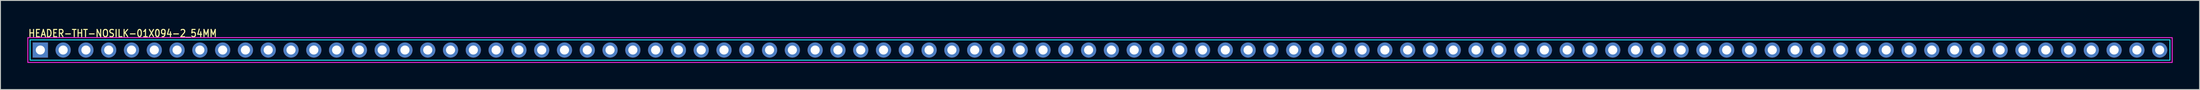
<source format=kicad_pcb>
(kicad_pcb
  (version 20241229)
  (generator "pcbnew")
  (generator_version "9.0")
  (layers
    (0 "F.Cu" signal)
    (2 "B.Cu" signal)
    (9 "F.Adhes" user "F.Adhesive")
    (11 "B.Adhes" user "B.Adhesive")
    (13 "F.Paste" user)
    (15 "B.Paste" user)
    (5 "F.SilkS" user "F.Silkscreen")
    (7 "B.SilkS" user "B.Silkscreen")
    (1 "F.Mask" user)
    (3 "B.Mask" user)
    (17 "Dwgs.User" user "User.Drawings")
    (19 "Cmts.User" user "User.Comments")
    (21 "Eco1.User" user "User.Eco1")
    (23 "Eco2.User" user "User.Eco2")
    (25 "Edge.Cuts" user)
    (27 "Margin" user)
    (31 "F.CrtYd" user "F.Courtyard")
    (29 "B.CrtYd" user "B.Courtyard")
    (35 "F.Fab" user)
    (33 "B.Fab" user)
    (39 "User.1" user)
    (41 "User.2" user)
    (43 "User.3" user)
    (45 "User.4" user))
  (footprint "HEADER-THT-NOSILK-01X094-2_54MM"
    (layer "F.Cu")
    (at 1.447 2.579)
    (property "Reference" "HEADER-THT-NOSILK-01X094-2_54MM" (at -1.4 -1.4 0) (unlocked yes) (layer "F.SilkS") (effects (font (size 0.813 0.695) (thickness 0.122)) (justify left bottom)))
    (fp_poly (pts (xy -1.143 -1.143) (xy 237.363 -1.143) (xy 237.363 1.143) (xy -1.143 1.143)) (stroke (width 0.1) (type solid)) (fill no) (layer "B.CrtYd"))
    (fp_poly (pts (xy -1.397 -1.397) (xy 237.617 -1.397) (xy 237.617 1.397) (xy -1.397 1.397)) (stroke (width 0.1) (type solid)) (fill no) (layer "F.CrtYd"))
    (pad "1" thru_hole rect (at 0 0) (size 1.693 1.693) (drill 1.016) (layers "*.Cu" "*.Mask"))
    (pad "2" thru_hole oval (at 2.54 0) (size 1.693 1.693) (drill 1.016) (layers "*.Cu" "*.Mask"))
    (pad "3" thru_hole oval (at 5.08 0) (size 1.693 1.693) (drill 1.016) (layers "*.Cu" "*.Mask"))
    (pad "4" thru_hole oval (at 7.62 0) (size 1.693 1.693) (drill 1.016) (layers "*.Cu" "*.Mask"))
    (pad "5" thru_hole oval (at 10.16 0) (size 1.693 1.693) (drill 1.016) (layers "*.Cu" "*.Mask"))
    (pad "6" thru_hole oval (at 12.7 0) (size 1.693 1.693) (drill 1.016) (layers "*.Cu" "*.Mask"))
    (pad "7" thru_hole oval (at 15.24 0) (size 1.693 1.693) (drill 1.016) (layers "*.Cu" "*.Mask"))
    (pad "8" thru_hole oval (at 17.78 0) (size 1.693 1.693) (drill 1.016) (layers "*.Cu" "*.Mask"))
    (pad "9" thru_hole oval (at 20.32 0) (size 1.693 1.693) (drill 1.016) (layers "*.Cu" "*.Mask"))
    (pad "10" thru_hole oval (at 22.86 0) (size 1.693 1.693) (drill 1.016) (layers "*.Cu" "*.Mask"))
    (pad "11" thru_hole oval (at 25.4 0) (size 1.693 1.693) (drill 1.016) (layers "*.Cu" "*.Mask"))
    (pad "12" thru_hole oval (at 27.94 0) (size 1.693 1.693) (drill 1.016) (layers "*.Cu" "*.Mask"))
    (pad "13" thru_hole oval (at 30.48 0) (size 1.693 1.693) (drill 1.016) (layers "*.Cu" "*.Mask"))
    (pad "14" thru_hole oval (at 33.02 0) (size 1.693 1.693) (drill 1.016) (layers "*.Cu" "*.Mask"))
    (pad "15" thru_hole oval (at 35.56 0) (size 1.693 1.693) (drill 1.016) (layers "*.Cu" "*.Mask"))
    (pad "16" thru_hole oval (at 38.1 0) (size 1.693 1.693) (drill 1.016) (layers "*.Cu" "*.Mask"))
    (pad "17" thru_hole oval (at 40.64 0) (size 1.693 1.693) (drill 1.016) (layers "*.Cu" "*.Mask"))
    (pad "18" thru_hole oval (at 43.18 0) (size 1.693 1.693) (drill 1.016) (layers "*.Cu" "*.Mask"))
    (pad "19" thru_hole oval (at 45.72 0) (size 1.693 1.693) (drill 1.016) (layers "*.Cu" "*.Mask"))
    (pad "20" thru_hole oval (at 48.26 0) (size 1.693 1.693) (drill 1.016) (layers "*.Cu" "*.Mask"))
    (pad "21" thru_hole oval (at 50.8 0) (size 1.693 1.693) (drill 1.016) (layers "*.Cu" "*.Mask"))
    (pad "22" thru_hole oval (at 53.34 0) (size 1.693 1.693) (drill 1.016) (layers "*.Cu" "*.Mask"))
    (pad "23" thru_hole oval (at 55.88 0) (size 1.693 1.693) (drill 1.016) (layers "*.Cu" "*.Mask"))
    (pad "24" thru_hole oval (at 58.42 0) (size 1.693 1.693) (drill 1.016) (layers "*.Cu" "*.Mask"))
    (pad "25" thru_hole oval (at 60.96 0) (size 1.693 1.693) (drill 1.016) (layers "*.Cu" "*.Mask"))
    (pad "26" thru_hole oval (at 63.5 0) (size 1.693 1.693) (drill 1.016) (layers "*.Cu" "*.Mask"))
    (pad "27" thru_hole oval (at 66.04 0) (size 1.693 1.693) (drill 1.016) (layers "*.Cu" "*.Mask"))
    (pad "28" thru_hole oval (at 68.58 0) (size 1.693 1.693) (drill 1.016) (layers "*.Cu" "*.Mask"))
    (pad "29" thru_hole oval (at 71.12 0) (size 1.693 1.693) (drill 1.016) (layers "*.Cu" "*.Mask"))
    (pad "30" thru_hole oval (at 73.66 0) (size 1.693 1.693) (drill 1.016) (layers "*.Cu" "*.Mask"))
    (pad "31" thru_hole oval (at 76.2 0) (size 1.693 1.693) (drill 1.016) (layers "*.Cu" "*.Mask"))
    (pad "32" thru_hole oval (at 78.74 0) (size 1.693 1.693) (drill 1.016) (layers "*.Cu" "*.Mask"))
    (pad "33" thru_hole oval (at 81.28 0) (size 1.693 1.693) (drill 1.016) (layers "*.Cu" "*.Mask"))
    (pad "34" thru_hole oval (at 83.82 0) (size 1.693 1.693) (drill 1.016) (layers "*.Cu" "*.Mask"))
    (pad "35" thru_hole oval (at 86.36 0) (size 1.693 1.693) (drill 1.016) (layers "*.Cu" "*.Mask"))
    (pad "36" thru_hole oval (at 88.9 0) (size 1.693 1.693) (drill 1.016) (layers "*.Cu" "*.Mask"))
    (pad "37" thru_hole oval (at 91.44 0) (size 1.693 1.693) (drill 1.016) (layers "*.Cu" "*.Mask"))
    (pad "38" thru_hole oval (at 93.98 0) (size 1.693 1.693) (drill 1.016) (layers "*.Cu" "*.Mask"))
    (pad "39" thru_hole oval (at 96.52 0) (size 1.693 1.693) (drill 1.016) (layers "*.Cu" "*.Mask"))
    (pad "40" thru_hole oval (at 99.06 0) (size 1.693 1.693) (drill 1.016) (layers "*.Cu" "*.Mask"))
    (pad "41" thru_hole oval (at 101.6 0) (size 1.693 1.693) (drill 1.016) (layers "*.Cu" "*.Mask"))
    (pad "42" thru_hole oval (at 104.14 0) (size 1.693 1.693) (drill 1.016) (layers "*.Cu" "*.Mask"))
    (pad "43" thru_hole oval (at 106.68 0) (size 1.693 1.693) (drill 1.016) (layers "*.Cu" "*.Mask"))
    (pad "44" thru_hole oval (at 109.22 0) (size 1.693 1.693) (drill 1.016) (layers "*.Cu" "*.Mask"))
    (pad "45" thru_hole oval (at 111.76 0) (size 1.693 1.693) (drill 1.016) (layers "*.Cu" "*.Mask"))
    (pad "46" thru_hole oval (at 114.3 0) (size 1.693 1.693) (drill 1.016) (layers "*.Cu" "*.Mask"))
    (pad "47" thru_hole oval (at 116.84 0) (size 1.693 1.693) (drill 1.016) (layers "*.Cu" "*.Mask"))
    (pad "48" thru_hole oval (at 119.38 0) (size 1.693 1.693) (drill 1.016) (layers "*.Cu" "*.Mask"))
    (pad "49" thru_hole oval (at 121.92 0) (size 1.693 1.693) (drill 1.016) (layers "*.Cu" "*.Mask"))
    (pad "50" thru_hole oval (at 124.46 0) (size 1.693 1.693) (drill 1.016) (layers "*.Cu" "*.Mask"))
    (pad "51" thru_hole oval (at 127 0) (size 1.693 1.693) (drill 1.016) (layers "*.Cu" "*.Mask"))
    (pad "52" thru_hole oval (at 129.54 0) (size 1.693 1.693) (drill 1.016) (layers "*.Cu" "*.Mask"))
    (pad "53" thru_hole oval (at 132.08 0) (size 1.693 1.693) (drill 1.016) (layers "*.Cu" "*.Mask"))
    (pad "54" thru_hole oval (at 134.62 0) (size 1.693 1.693) (drill 1.016) (layers "*.Cu" "*.Mask"))
    (pad "55" thru_hole oval (at 137.16 0) (size 1.693 1.693) (drill 1.016) (layers "*.Cu" "*.Mask"))
    (pad "56" thru_hole oval (at 139.7 0) (size 1.693 1.693) (drill 1.016) (layers "*.Cu" "*.Mask"))
    (pad "57" thru_hole oval (at 142.24 0) (size 1.693 1.693) (drill 1.016) (layers "*.Cu" "*.Mask"))
    (pad "58" thru_hole oval (at 144.78 0) (size 1.693 1.693) (drill 1.016) (layers "*.Cu" "*.Mask"))
    (pad "59" thru_hole oval (at 147.32 0) (size 1.693 1.693) (drill 1.016) (layers "*.Cu" "*.Mask"))
    (pad "60" thru_hole oval (at 149.86 0) (size 1.693 1.693) (drill 1.016) (layers "*.Cu" "*.Mask"))
    (pad "61" thru_hole oval (at 152.4 0) (size 1.693 1.693) (drill 1.016) (layers "*.Cu" "*.Mask"))
    (pad "62" thru_hole oval (at 154.94 0) (size 1.693 1.693) (drill 1.016) (layers "*.Cu" "*.Mask"))
    (pad "63" thru_hole oval (at 157.48 0) (size 1.693 1.693) (drill 1.016) (layers "*.Cu" "*.Mask"))
    (pad "64" thru_hole oval (at 160.02 0) (size 1.693 1.693) (drill 1.016) (layers "*.Cu" "*.Mask"))
    (pad "65" thru_hole oval (at 162.56 0) (size 1.693 1.693) (drill 1.016) (layers "*.Cu" "*.Mask"))
    (pad "66" thru_hole oval (at 165.1 0) (size 1.693 1.693) (drill 1.016) (layers "*.Cu" "*.Mask"))
    (pad "67" thru_hole oval (at 167.64 0) (size 1.693 1.693) (drill 1.016) (layers "*.Cu" "*.Mask"))
    (pad "68" thru_hole oval (at 170.18 0) (size 1.693 1.693) (drill 1.016) (layers "*.Cu" "*.Mask"))
    (pad "69" thru_hole oval (at 172.72 0) (size 1.693 1.693) (drill 1.016) (layers "*.Cu" "*.Mask"))
    (pad "70" thru_hole oval (at 175.26 0) (size 1.693 1.693) (drill 1.016) (layers "*.Cu" "*.Mask"))
    (pad "71" thru_hole oval (at 177.8 0) (size 1.693 1.693) (drill 1.016) (layers "*.Cu" "*.Mask"))
    (pad "72" thru_hole oval (at 180.34 0) (size 1.693 1.693) (drill 1.016) (layers "*.Cu" "*.Mask"))
    (pad "73" thru_hole oval (at 182.88 0) (size 1.693 1.693) (drill 1.016) (layers "*.Cu" "*.Mask"))
    (pad "74" thru_hole oval (at 185.42 0) (size 1.693 1.693) (drill 1.016) (layers "*.Cu" "*.Mask"))
    (pad "75" thru_hole oval (at 187.96 0) (size 1.693 1.693) (drill 1.016) (layers "*.Cu" "*.Mask"))
    (pad "76" thru_hole oval (at 190.5 0) (size 1.693 1.693) (drill 1.016) (layers "*.Cu" "*.Mask"))
    (pad "77" thru_hole oval (at 193.04 0) (size 1.693 1.693) (drill 1.016) (layers "*.Cu" "*.Mask"))
    (pad "78" thru_hole oval (at 195.58 0) (size 1.693 1.693) (drill 1.016) (layers "*.Cu" "*.Mask"))
    (pad "79" thru_hole oval (at 198.12 0) (size 1.693 1.693) (drill 1.016) (layers "*.Cu" "*.Mask"))
    (pad "80" thru_hole oval (at 200.66 0) (size 1.693 1.693) (drill 1.016) (layers "*.Cu" "*.Mask"))
    (pad "81" thru_hole oval (at 203.2 0) (size 1.693 1.693) (drill 1.016) (layers "*.Cu" "*.Mask"))
    (pad "82" thru_hole oval (at 205.74 0) (size 1.693 1.693) (drill 1.016) (layers "*.Cu" "*.Mask"))
    (pad "83" thru_hole oval (at 208.28 0) (size 1.693 1.693) (drill 1.016) (layers "*.Cu" "*.Mask"))
    (pad "84" thru_hole oval (at 210.82 0) (size 1.693 1.693) (drill 1.016) (layers "*.Cu" "*.Mask"))
    (pad "85" thru_hole oval (at 213.36 0) (size 1.693 1.693) (drill 1.016) (layers "*.Cu" "*.Mask"))
    (pad "86" thru_hole oval (at 215.9 0) (size 1.693 1.693) (drill 1.016) (layers "*.Cu" "*.Mask"))
    (pad "87" thru_hole oval (at 218.44 0) (size 1.693 1.693) (drill 1.016) (layers "*.Cu" "*.Mask"))
    (pad "88" thru_hole oval (at 220.98 0) (size 1.693 1.693) (drill 1.016) (layers "*.Cu" "*.Mask"))
    (pad "89" thru_hole oval (at 223.52 0) (size 1.693 1.693) (drill 1.016) (layers "*.Cu" "*.Mask"))
    (pad "90" thru_hole oval (at 226.06 0) (size 1.693 1.693) (drill 1.016) (layers "*.Cu" "*.Mask"))
    (pad "91" thru_hole oval (at 228.6 0) (size 1.693 1.693) (drill 1.016) (layers "*.Cu" "*.Mask"))
    (pad "92" thru_hole oval (at 231.14 0) (size 1.693 1.693) (drill 1.016) (layers "*.Cu" "*.Mask"))
    (pad "93" thru_hole oval (at 233.68 0) (size 1.693 1.693) (drill 1.016) (layers "*.Cu" "*.Mask"))
    (pad "94" thru_hole oval (at 236.22 0) (size 1.693 1.693) (drill 1.016) (layers "*.Cu" "*.Mask")))
  (gr_rect
    (start -3 -3)
    (end 242.114 7.026)
    (stroke (width 0.1) (type default))
    (fill no)
    (layer "Edge.Cuts")))
</source>
